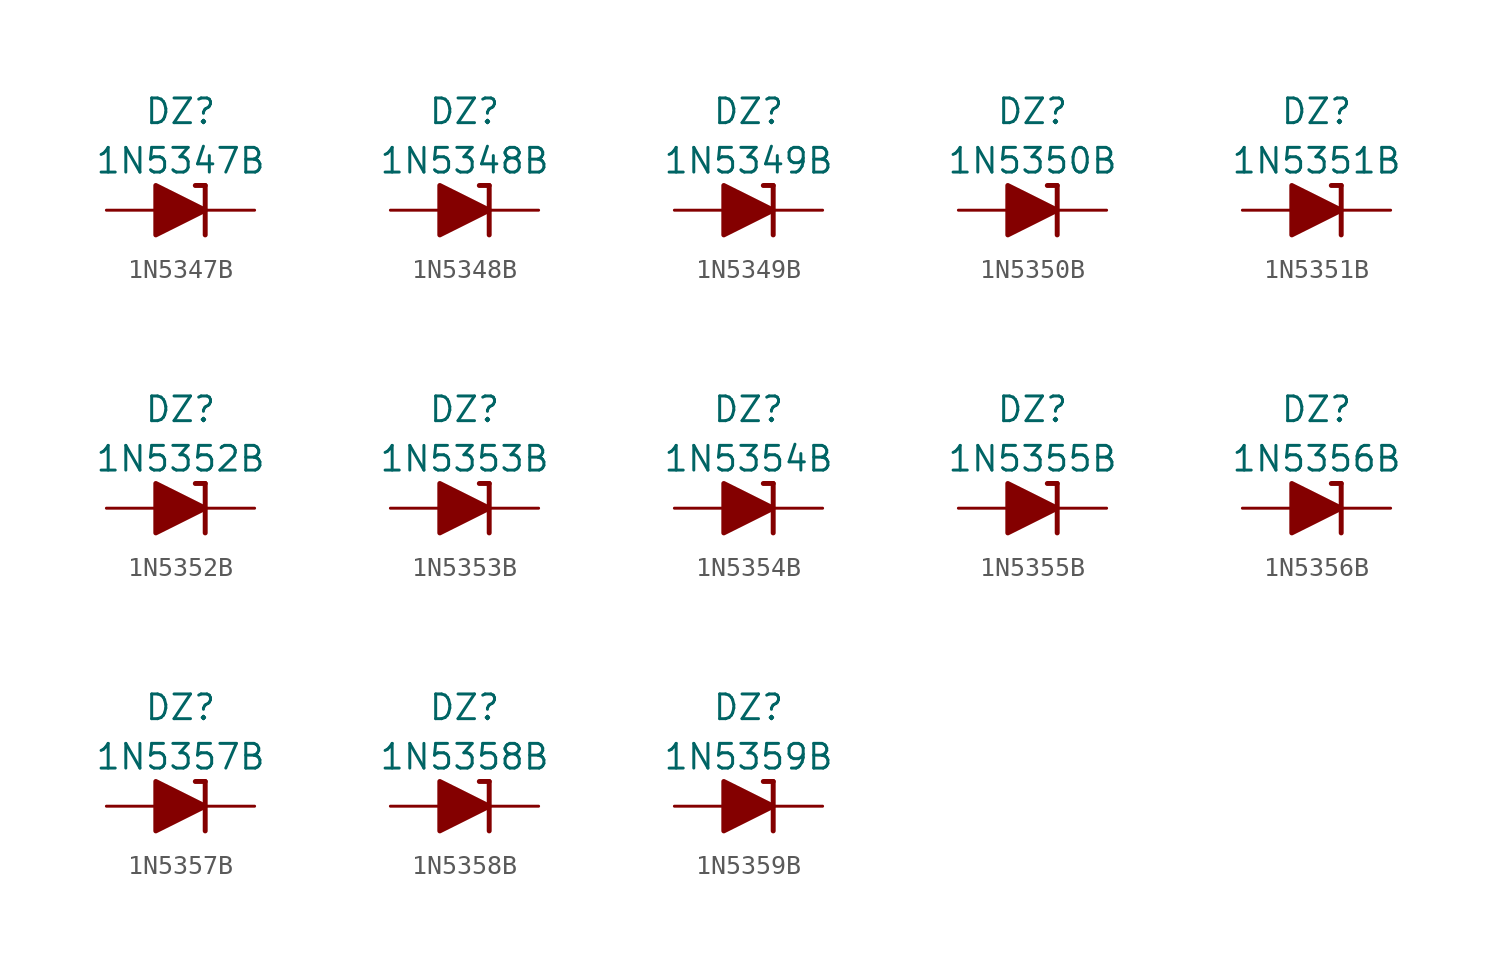
<source format=kicad_sym>
(kicad_symbol_lib
  (version 20201005)
  (generator kicad_symbol_editor)
  (symbol "Diode_Zener_AKL:1N5347B"
    (pin_numbers hide)
    (pin_names
      (offset 1.016) hide)
    (property "Reference" "DZ"
      (at 0 5.08 0)
      (effects (font (size 1.27 1.27))))
    (property "Value" "1N5347B"
      (at 0 2.54 0)
      (effects (font (size 1.27 1.27))))
    (symbol "1N5347B_0_1"
      (polyline (pts (xy -1.27 0) (xy 1.27 0)) (stroke (width 0)) (fill (type none)))
      (polyline (pts (xy 1.27 1.27) (xy 0.762 1.27)) (stroke (width 0.254)) (fill (type none)))
      (polyline (pts (xy 1.27 1.27) (xy 1.27 -1.27)) (stroke (width 0.254)) (fill (type none)))
      (polyline (pts (xy -1.27 -1.27) (xy -1.27 1.27) (xy 1.27 0) (xy -1.27 -1.27)) (stroke (width 0.254)) (fill (type outline))))
    (symbol "1N5347B_1_1"
      (pin passive line (at 3.81 0 180) (length 2.54) (name "K" (effects (font (size 1.27 1.27)))) (number "1" (effects (font (size 1.27 1.27)))))
      (pin passive line (at -3.81 0 0) (length 2.54) (name "A" (effects (font (size 1.27 1.27)))) (number "2" (effects (font (size 1.27 1.27)))))))
  (symbol "Diode_Zener_AKL:1N5348B"
    (pin_numbers hide)
    (pin_names
      (offset 1.016) hide)
    (property "Reference" "DZ"
      (at 0 5.08 0)
      (effects (font (size 1.27 1.27))))
    (property "Value" "1N5348B"
      (at 0 2.54 0)
      (effects (font (size 1.27 1.27))))
    (symbol "1N5348B_0_1"
      (polyline (pts (xy -1.27 0) (xy 1.27 0)) (stroke (width 0)) (fill (type none)))
      (polyline (pts (xy 1.27 1.27) (xy 0.762 1.27)) (stroke (width 0.254)) (fill (type none)))
      (polyline (pts (xy 1.27 1.27) (xy 1.27 -1.27)) (stroke (width 0.254)) (fill (type none)))
      (polyline (pts (xy -1.27 -1.27) (xy -1.27 1.27) (xy 1.27 0) (xy -1.27 -1.27)) (stroke (width 0.254)) (fill (type outline))))
    (symbol "1N5348B_1_1"
      (pin passive line (at 3.81 0 180) (length 2.54) (name "K" (effects (font (size 1.27 1.27)))) (number "1" (effects (font (size 1.27 1.27)))))
      (pin passive line (at -3.81 0 0) (length 2.54) (name "A" (effects (font (size 1.27 1.27)))) (number "2" (effects (font (size 1.27 1.27)))))))
  (symbol "Diode_Zener_AKL:1N5349B"
    (pin_numbers hide)
    (pin_names
      (offset 1.016) hide)
    (property "Reference" "DZ"
      (at 0 5.08 0)
      (effects (font (size 1.27 1.27))))
    (property "Value" "1N5349B"
      (at 0 2.54 0)
      (effects (font (size 1.27 1.27))))
    (symbol "1N5349B_0_1"
      (polyline (pts (xy -1.27 0) (xy 1.27 0)) (stroke (width 0)) (fill (type none)))
      (polyline (pts (xy 1.27 1.27) (xy 0.762 1.27)) (stroke (width 0.254)) (fill (type none)))
      (polyline (pts (xy 1.27 1.27) (xy 1.27 -1.27)) (stroke (width 0.254)) (fill (type none)))
      (polyline (pts (xy -1.27 -1.27) (xy -1.27 1.27) (xy 1.27 0) (xy -1.27 -1.27)) (stroke (width 0.254)) (fill (type outline))))
    (symbol "1N5349B_1_1"
      (pin passive line (at 3.81 0 180) (length 2.54) (name "K" (effects (font (size 1.27 1.27)))) (number "1" (effects (font (size 1.27 1.27)))))
      (pin passive line (at -3.81 0 0) (length 2.54) (name "A" (effects (font (size 1.27 1.27)))) (number "2" (effects (font (size 1.27 1.27)))))))
  (symbol "Diode_Zener_AKL:1N5350B"
    (pin_numbers hide)
    (pin_names
      (offset 1.016) hide)
    (property "Reference" "DZ"
      (at 0 5.08 0)
      (effects (font (size 1.27 1.27))))
    (property "Value" "1N5350B"
      (at 0 2.54 0)
      (effects (font (size 1.27 1.27))))
    (symbol "1N5350B_0_1"
      (polyline (pts (xy -1.27 0) (xy 1.27 0)) (stroke (width 0)) (fill (type none)))
      (polyline (pts (xy 1.27 1.27) (xy 0.762 1.27)) (stroke (width 0.254)) (fill (type none)))
      (polyline (pts (xy 1.27 1.27) (xy 1.27 -1.27)) (stroke (width 0.254)) (fill (type none)))
      (polyline (pts (xy -1.27 -1.27) (xy -1.27 1.27) (xy 1.27 0) (xy -1.27 -1.27)) (stroke (width 0.254)) (fill (type outline))))
    (symbol "1N5350B_1_1"
      (pin passive line (at 3.81 0 180) (length 2.54) (name "K" (effects (font (size 1.27 1.27)))) (number "1" (effects (font (size 1.27 1.27)))))
      (pin passive line (at -3.81 0 0) (length 2.54) (name "A" (effects (font (size 1.27 1.27)))) (number "2" (effects (font (size 1.27 1.27)))))))
  (symbol "Diode_Zener_AKL:1N5351B"
    (pin_numbers hide)
    (pin_names
      (offset 1.016) hide)
    (property "Reference" "DZ"
      (at 0 5.08 0)
      (effects (font (size 1.27 1.27))))
    (property "Value" "1N5351B"
      (at 0 2.54 0)
      (effects (font (size 1.27 1.27))))
    (symbol "1N5351B_0_1"
      (polyline (pts (xy -1.27 0) (xy 1.27 0)) (stroke (width 0)) (fill (type none)))
      (polyline (pts (xy 1.27 1.27) (xy 0.762 1.27)) (stroke (width 0.254)) (fill (type none)))
      (polyline (pts (xy 1.27 1.27) (xy 1.27 -1.27)) (stroke (width 0.254)) (fill (type none)))
      (polyline (pts (xy -1.27 -1.27) (xy -1.27 1.27) (xy 1.27 0) (xy -1.27 -1.27)) (stroke (width 0.254)) (fill (type outline))))
    (symbol "1N5351B_1_1"
      (pin passive line (at 3.81 0 180) (length 2.54) (name "K" (effects (font (size 1.27 1.27)))) (number "1" (effects (font (size 1.27 1.27)))))
      (pin passive line (at -3.81 0 0) (length 2.54) (name "A" (effects (font (size 1.27 1.27)))) (number "2" (effects (font (size 1.27 1.27)))))))
  (symbol "Diode_Zener_AKL:1N5352B"
    (pin_numbers hide)
    (pin_names
      (offset 1.016) hide)
    (property "Reference" "DZ"
      (at 0 5.08 0)
      (effects (font (size 1.27 1.27))))
    (property "Value" "1N5352B"
      (at 0 2.54 0)
      (effects (font (size 1.27 1.27))))
    (symbol "1N5352B_0_1"
      (polyline (pts (xy -1.27 0) (xy 1.27 0)) (stroke (width 0)) (fill (type none)))
      (polyline (pts (xy 1.27 1.27) (xy 0.762 1.27)) (stroke (width 0.254)) (fill (type none)))
      (polyline (pts (xy 1.27 1.27) (xy 1.27 -1.27)) (stroke (width 0.254)) (fill (type none)))
      (polyline (pts (xy -1.27 -1.27) (xy -1.27 1.27) (xy 1.27 0) (xy -1.27 -1.27)) (stroke (width 0.254)) (fill (type outline))))
    (symbol "1N5352B_1_1"
      (pin passive line (at 3.81 0 180) (length 2.54) (name "K" (effects (font (size 1.27 1.27)))) (number "1" (effects (font (size 1.27 1.27)))))
      (pin passive line (at -3.81 0 0) (length 2.54) (name "A" (effects (font (size 1.27 1.27)))) (number "2" (effects (font (size 1.27 1.27)))))))
  (symbol "Diode_Zener_AKL:1N5353B"
    (pin_numbers hide)
    (pin_names
      (offset 1.016) hide)
    (property "Reference" "DZ"
      (at 0 5.08 0)
      (effects (font (size 1.27 1.27))))
    (property "Value" "1N5353B"
      (at 0 2.54 0)
      (effects (font (size 1.27 1.27))))
    (symbol "1N5353B_0_1"
      (polyline (pts (xy -1.27 0) (xy 1.27 0)) (stroke (width 0)) (fill (type none)))
      (polyline (pts (xy 1.27 1.27) (xy 0.762 1.27)) (stroke (width 0.254)) (fill (type none)))
      (polyline (pts (xy 1.27 1.27) (xy 1.27 -1.27)) (stroke (width 0.254)) (fill (type none)))
      (polyline (pts (xy -1.27 -1.27) (xy -1.27 1.27) (xy 1.27 0) (xy -1.27 -1.27)) (stroke (width 0.254)) (fill (type outline))))
    (symbol "1N5353B_1_1"
      (pin passive line (at 3.81 0 180) (length 2.54) (name "K" (effects (font (size 1.27 1.27)))) (number "1" (effects (font (size 1.27 1.27)))))
      (pin passive line (at -3.81 0 0) (length 2.54) (name "A" (effects (font (size 1.27 1.27)))) (number "2" (effects (font (size 1.27 1.27)))))))
  (symbol "Diode_Zener_AKL:1N5354B"
    (pin_numbers hide)
    (pin_names
      (offset 1.016) hide)
    (property "Reference" "DZ"
      (at 0 5.08 0)
      (effects (font (size 1.27 1.27))))
    (property "Value" "1N5354B"
      (at 0 2.54 0)
      (effects (font (size 1.27 1.27))))
    (symbol "1N5354B_0_1"
      (polyline (pts (xy -1.27 0) (xy 1.27 0)) (stroke (width 0)) (fill (type none)))
      (polyline (pts (xy 1.27 1.27) (xy 0.762 1.27)) (stroke (width 0.254)) (fill (type none)))
      (polyline (pts (xy 1.27 1.27) (xy 1.27 -1.27)) (stroke (width 0.254)) (fill (type none)))
      (polyline (pts (xy -1.27 -1.27) (xy -1.27 1.27) (xy 1.27 0) (xy -1.27 -1.27)) (stroke (width 0.254)) (fill (type outline))))
    (symbol "1N5354B_1_1"
      (pin passive line (at 3.81 0 180) (length 2.54) (name "K" (effects (font (size 1.27 1.27)))) (number "1" (effects (font (size 1.27 1.27)))))
      (pin passive line (at -3.81 0 0) (length 2.54) (name "A" (effects (font (size 1.27 1.27)))) (number "2" (effects (font (size 1.27 1.27)))))))
  (symbol "Diode_Zener_AKL:1N5355B"
    (pin_numbers hide)
    (pin_names
      (offset 1.016) hide)
    (property "Reference" "DZ"
      (at 0 5.08 0)
      (effects (font (size 1.27 1.27))))
    (property "Value" "1N5355B"
      (at 0 2.54 0)
      (effects (font (size 1.27 1.27))))
    (symbol "1N5355B_0_1"
      (polyline (pts (xy -1.27 0) (xy 1.27 0)) (stroke (width 0)) (fill (type none)))
      (polyline (pts (xy 1.27 1.27) (xy 0.762 1.27)) (stroke (width 0.254)) (fill (type none)))
      (polyline (pts (xy 1.27 1.27) (xy 1.27 -1.27)) (stroke (width 0.254)) (fill (type none)))
      (polyline (pts (xy -1.27 -1.27) (xy -1.27 1.27) (xy 1.27 0) (xy -1.27 -1.27)) (stroke (width 0.254)) (fill (type outline))))
    (symbol "1N5355B_1_1"
      (pin passive line (at 3.81 0 180) (length 2.54) (name "K" (effects (font (size 1.27 1.27)))) (number "1" (effects (font (size 1.27 1.27)))))
      (pin passive line (at -3.81 0 0) (length 2.54) (name "A" (effects (font (size 1.27 1.27)))) (number "2" (effects (font (size 1.27 1.27)))))))
  (symbol "Diode_Zener_AKL:1N5356B"
    (pin_numbers hide)
    (pin_names
      (offset 1.016) hide)
    (property "Reference" "DZ"
      (at 0 5.08 0)
      (effects (font (size 1.27 1.27))))
    (property "Value" "1N5356B"
      (at 0 2.54 0)
      (effects (font (size 1.27 1.27))))
    (symbol "1N5356B_0_1"
      (polyline (pts (xy -1.27 0) (xy 1.27 0)) (stroke (width 0)) (fill (type none)))
      (polyline (pts (xy 1.27 1.27) (xy 0.762 1.27)) (stroke (width 0.254)) (fill (type none)))
      (polyline (pts (xy 1.27 1.27) (xy 1.27 -1.27)) (stroke (width 0.254)) (fill (type none)))
      (polyline (pts (xy -1.27 -1.27) (xy -1.27 1.27) (xy 1.27 0) (xy -1.27 -1.27)) (stroke (width 0.254)) (fill (type outline))))
    (symbol "1N5356B_1_1"
      (pin passive line (at 3.81 0 180) (length 2.54) (name "K" (effects (font (size 1.27 1.27)))) (number "1" (effects (font (size 1.27 1.27)))))
      (pin passive line (at -3.81 0 0) (length 2.54) (name "A" (effects (font (size 1.27 1.27)))) (number "2" (effects (font (size 1.27 1.27)))))))
  (symbol "Diode_Zener_AKL:1N5357B"
    (pin_numbers hide)
    (pin_names
      (offset 1.016) hide)
    (property "Reference" "DZ"
      (at 0 5.08 0)
      (effects (font (size 1.27 1.27))))
    (property "Value" "1N5357B"
      (at 0 2.54 0)
      (effects (font (size 1.27 1.27))))
    (symbol "1N5357B_0_1"
      (polyline (pts (xy -1.27 0) (xy 1.27 0)) (stroke (width 0)) (fill (type none)))
      (polyline (pts (xy 1.27 1.27) (xy 0.762 1.27)) (stroke (width 0.254)) (fill (type none)))
      (polyline (pts (xy 1.27 1.27) (xy 1.27 -1.27)) (stroke (width 0.254)) (fill (type none)))
      (polyline (pts (xy -1.27 -1.27) (xy -1.27 1.27) (xy 1.27 0) (xy -1.27 -1.27)) (stroke (width 0.254)) (fill (type outline))))
    (symbol "1N5357B_1_1"
      (pin passive line (at 3.81 0 180) (length 2.54) (name "K" (effects (font (size 1.27 1.27)))) (number "1" (effects (font (size 1.27 1.27)))))
      (pin passive line (at -3.81 0 0) (length 2.54) (name "A" (effects (font (size 1.27 1.27)))) (number "2" (effects (font (size 1.27 1.27)))))))
  (symbol "Diode_Zener_AKL:1N5358B"
    (pin_numbers hide)
    (pin_names
      (offset 1.016) hide)
    (property "Reference" "DZ"
      (at 0 5.08 0)
      (effects (font (size 1.27 1.27))))
    (property "Value" "1N5358B"
      (at 0 2.54 0)
      (effects (font (size 1.27 1.27))))
    (symbol "1N5358B_0_1"
      (polyline (pts (xy -1.27 0) (xy 1.27 0)) (stroke (width 0)) (fill (type none)))
      (polyline (pts (xy 1.27 1.27) (xy 0.762 1.27)) (stroke (width 0.254)) (fill (type none)))
      (polyline (pts (xy 1.27 1.27) (xy 1.27 -1.27)) (stroke (width 0.254)) (fill (type none)))
      (polyline (pts (xy -1.27 -1.27) (xy -1.27 1.27) (xy 1.27 0) (xy -1.27 -1.27)) (stroke (width 0.254)) (fill (type outline))))
    (symbol "1N5358B_1_1"
      (pin passive line (at 3.81 0 180) (length 2.54) (name "K" (effects (font (size 1.27 1.27)))) (number "1" (effects (font (size 1.27 1.27)))))
      (pin passive line (at -3.81 0 0) (length 2.54) (name "A" (effects (font (size 1.27 1.27)))) (number "2" (effects (font (size 1.27 1.27)))))))
  (symbol "Diode_Zener_AKL:1N5359B"
    (pin_numbers hide)
    (pin_names
      (offset 1.016) hide)
    (property "Reference" "DZ"
      (at 0 5.08 0)
      (effects (font (size 1.27 1.27))))
    (property "Value" "1N5359B"
      (at 0 2.54 0)
      (effects (font (size 1.27 1.27))))
    (symbol "1N5359B_0_1"
      (polyline (pts (xy -1.27 0) (xy 1.27 0)) (stroke (width 0)) (fill (type none)))
      (polyline (pts (xy 1.27 1.27) (xy 0.762 1.27)) (stroke (width 0.254)) (fill (type none)))
      (polyline (pts (xy 1.27 1.27) (xy 1.27 -1.27)) (stroke (width 0.254)) (fill (type none)))
      (polyline (pts (xy -1.27 -1.27) (xy -1.27 1.27) (xy 1.27 0) (xy -1.27 -1.27)) (stroke (width 0.254)) (fill (type outline))))
    (symbol "1N5359B_1_1"
      (pin passive line (at 3.81 0 180) (length 2.54) (name "K" (effects (font (size 1.27 1.27)))) (number "1" (effects (font (size 1.27 1.27)))))
      (pin passive line (at -3.81 0 0) (length 2.54) (name "A" (effects (font (size 1.27 1.27)))) (number "2" (effects (font (size 1.27 1.27))))))))
</source>
